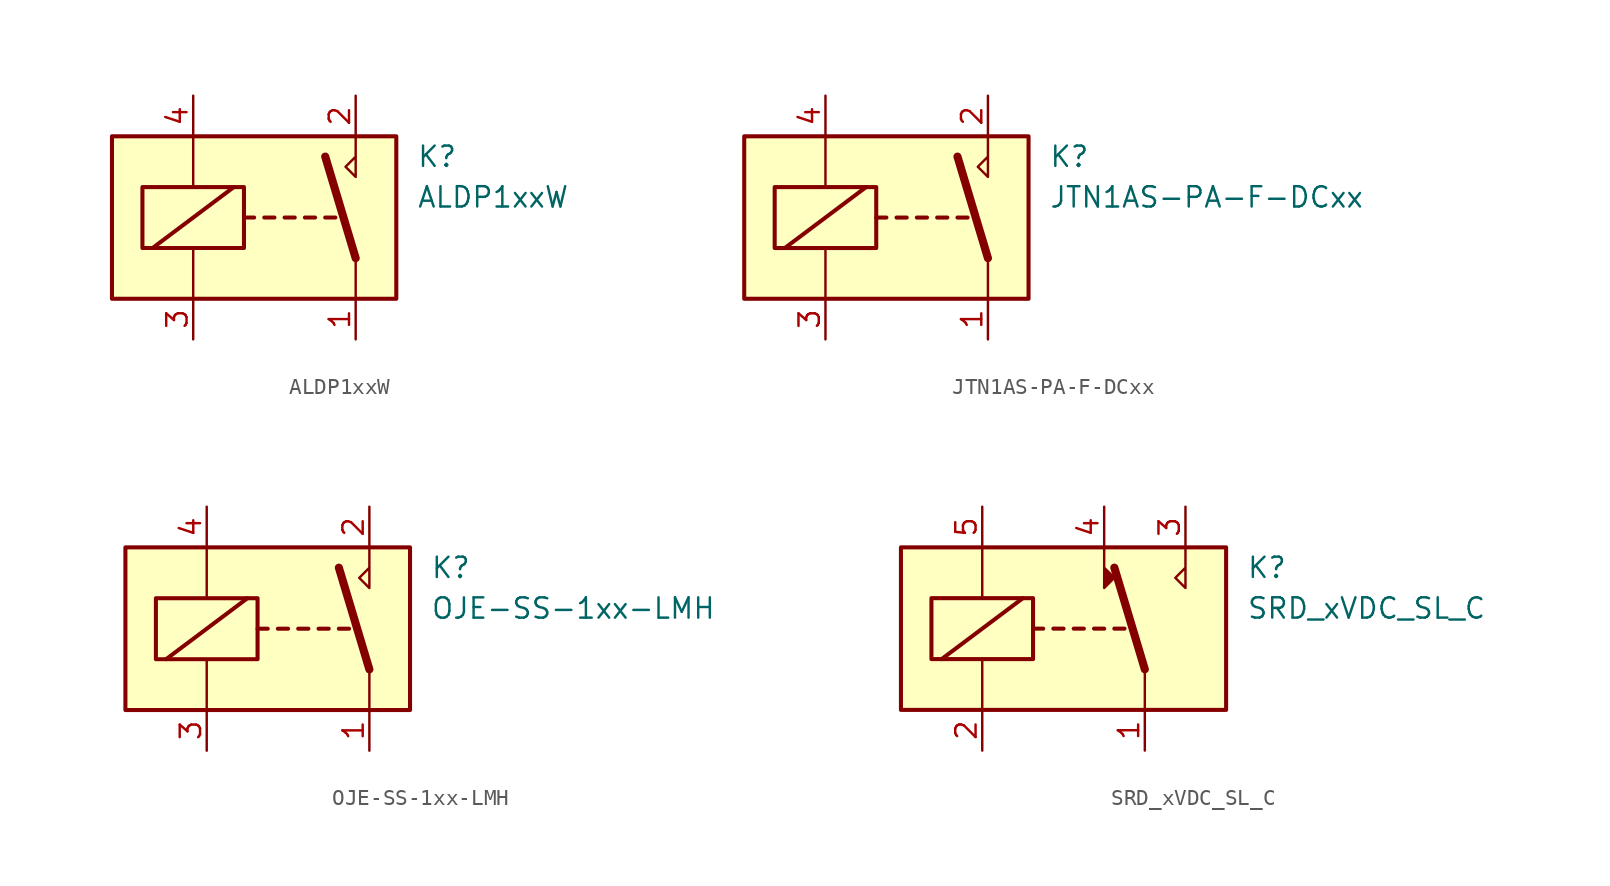
<source format=kicad_sym>
(kicad_symbol_lib
  (version 20211014)
  (generator kicad_symbol_editor)
  (symbol "ALDP1xxW"
    (property "Reference" "K"
      (at 8.89 3.81 0)
      (effects (font (size 1.27 1.27)) (justify left)))
    (property "Value" "ALDP1xxW"
      (at 8.89 1.27 0)
      (effects (font (size 1.27 1.27)) (justify left)))
    (symbol "ALDP1xxW_0_0"
      (polyline (pts (xy 5.08 5.08) (xy 5.08 2.54) (xy 4.445 3.175) (xy 5.08 3.81)) (stroke (width 0) (type default) (color 0 0 0 0)) (fill (type none))))
    (symbol "ALDP1xxW_0_1"
      (rectangle (start -10.16 5.08) (end 7.62 -5.08) (stroke (width 0.254) (type default) (color 0 0 0 0)) (fill (type background)))
      (rectangle (start -8.255 1.905) (end -1.905 -1.905) (stroke (width 0.254) (type default) (color 0 0 0 0)) (fill (type none)))
      (polyline (pts (xy -7.62 -1.905) (xy -2.54 1.905)) (stroke (width 0.254) (type default) (color 0 0 0 0)) (fill (type none)))
      (polyline (pts (xy -5.08 -5.08) (xy -5.08 -1.905)) (stroke (width 0) (type default) (color 0 0 0 0)) (fill (type none)))
      (polyline (pts (xy -5.08 5.08) (xy -5.08 1.905)) (stroke (width 0) (type default) (color 0 0 0 0)) (fill (type none)))
      (polyline (pts (xy -1.905 0) (xy -1.27 0)) (stroke (width 0.254) (type default) (color 0 0 0 0)) (fill (type none)))
      (polyline (pts (xy -0.635 0) (xy 0 0)) (stroke (width 0.254) (type default) (color 0 0 0 0)) (fill (type none)))
      (polyline (pts (xy 0.635 0) (xy 1.27 0)) (stroke (width 0.254) (type default) (color 0 0 0 0)) (fill (type none)))
      (polyline (pts (xy 1.905 0) (xy 2.54 0)) (stroke (width 0.254) (type default) (color 0 0 0 0)) (fill (type none)))
      (polyline (pts (xy 3.175 0) (xy 3.81 0)) (stroke (width 0.254) (type default) (color 0 0 0 0)) (fill (type none)))
      (polyline (pts (xy 5.08 -2.54) (xy 3.175 3.81)) (stroke (width 0.508) (type default) (color 0 0 0 0)) (fill (type none)))
      (polyline (pts (xy 5.08 -2.54) (xy 5.08 -5.08)) (stroke (width 0) (type default) (color 0 0 0 0)) (fill (type none))))
    (symbol "ALDP1xxW_1_1"
      (pin passive line (at 5.08 -7.62 90) (length 2.54) (name "~" (effects (font (size 1.27 1.27)))) (number "1" (effects (font (size 1.27 1.27)))))
      (pin passive line (at 5.08 7.62 270) (length 2.54) (name "~" (effects (font (size 1.27 1.27)))) (number "2" (effects (font (size 1.27 1.27)))))
      (pin passive line (at -5.08 -7.62 90) (length 2.54) (name "~" (effects (font (size 1.27 1.27)))) (number "3" (effects (font (size 1.27 1.27)))))
      (pin passive line (at -5.08 7.62 270) (length 2.54) (name "~" (effects (font (size 1.27 1.27)))) (number "4" (effects (font (size 1.27 1.27)))))))
  (symbol "JTN1AS-PA-F-DCxx"
    (property "Reference" "K"
      (at 8.89 3.81 0)
      (effects (font (size 1.27 1.27)) (justify left)))
    (property "Value" "JTN1AS-PA-F-DCxx"
      (at 8.89 1.27 0)
      (effects (font (size 1.27 1.27)) (justify left)))
    (symbol "JTN1AS-PA-F-DCxx_0_0"
      (polyline (pts (xy 5.08 5.08) (xy 5.08 2.54) (xy 4.445 3.175) (xy 5.08 3.81)) (stroke (width 0) (type default) (color 0 0 0 0)) (fill (type none))))
    (symbol "JTN1AS-PA-F-DCxx_0_1"
      (rectangle (start -10.16 5.08) (end 7.62 -5.08) (stroke (width 0.254) (type default) (color 0 0 0 0)) (fill (type background)))
      (rectangle (start -8.255 1.905) (end -1.905 -1.905) (stroke (width 0.254) (type default) (color 0 0 0 0)) (fill (type none)))
      (polyline (pts (xy -7.62 -1.905) (xy -2.54 1.905)) (stroke (width 0.254) (type default) (color 0 0 0 0)) (fill (type none)))
      (polyline (pts (xy -5.08 -5.08) (xy -5.08 -1.905)) (stroke (width 0) (type default) (color 0 0 0 0)) (fill (type none)))
      (polyline (pts (xy -5.08 5.08) (xy -5.08 1.905)) (stroke (width 0) (type default) (color 0 0 0 0)) (fill (type none)))
      (polyline (pts (xy -1.905 0) (xy -1.27 0)) (stroke (width 0.254) (type default) (color 0 0 0 0)) (fill (type none)))
      (polyline (pts (xy -0.635 0) (xy 0 0)) (stroke (width 0.254) (type default) (color 0 0 0 0)) (fill (type none)))
      (polyline (pts (xy 0.635 0) (xy 1.27 0)) (stroke (width 0.254) (type default) (color 0 0 0 0)) (fill (type none)))
      (polyline (pts (xy 1.905 0) (xy 2.54 0)) (stroke (width 0.254) (type default) (color 0 0 0 0)) (fill (type none)))
      (polyline (pts (xy 3.175 0) (xy 3.81 0)) (stroke (width 0.254) (type default) (color 0 0 0 0)) (fill (type none)))
      (polyline (pts (xy 5.08 -2.54) (xy 3.175 3.81)) (stroke (width 0.508) (type default) (color 0 0 0 0)) (fill (type none)))
      (polyline (pts (xy 5.08 -2.54) (xy 5.08 -5.08)) (stroke (width 0) (type default) (color 0 0 0 0)) (fill (type none))))
    (symbol "JTN1AS-PA-F-DCxx_1_1"
      (pin passive line (at 5.08 -7.62 90) (length 2.54) (name "~" (effects (font (size 1.27 1.27)))) (number "1" (effects (font (size 1.27 1.27)))))
      (pin passive line (at 5.08 7.62 270) (length 2.54) (name "~" (effects (font (size 1.27 1.27)))) (number "2" (effects (font (size 1.27 1.27)))))
      (pin passive line (at -5.08 -7.62 90) (length 2.54) (name "~" (effects (font (size 1.27 1.27)))) (number "3" (effects (font (size 1.27 1.27)))))
      (pin passive line (at -5.08 7.62 270) (length 2.54) (name "~" (effects (font (size 1.27 1.27)))) (number "4" (effects (font (size 1.27 1.27)))))))
  (symbol "OJE-SS-1xx-LMH"
    (property "Reference" "K"
      (at 8.89 3.81 0)
      (effects (font (size 1.27 1.27)) (justify left)))
    (property "Value" "OJE-SS-1xx-LMH"
      (at 8.89 1.27 0)
      (effects (font (size 1.27 1.27)) (justify left)))
    (symbol "OJE-SS-1xx-LMH_0_0"
      (polyline (pts (xy 5.08 5.08) (xy 5.08 2.54) (xy 4.445 3.175) (xy 5.08 3.81)) (stroke (width 0) (type default) (color 0 0 0 0)) (fill (type none))))
    (symbol "OJE-SS-1xx-LMH_0_1"
      (rectangle (start -10.16 5.08) (end 7.62 -5.08) (stroke (width 0.254) (type default) (color 0 0 0 0)) (fill (type background)))
      (rectangle (start -8.255 1.905) (end -1.905 -1.905) (stroke (width 0.254) (type default) (color 0 0 0 0)) (fill (type none)))
      (polyline (pts (xy -7.62 -1.905) (xy -2.54 1.905)) (stroke (width 0.254) (type default) (color 0 0 0 0)) (fill (type none)))
      (polyline (pts (xy -5.08 -5.08) (xy -5.08 -1.905)) (stroke (width 0) (type default) (color 0 0 0 0)) (fill (type none)))
      (polyline (pts (xy -5.08 5.08) (xy -5.08 1.905)) (stroke (width 0) (type default) (color 0 0 0 0)) (fill (type none)))
      (polyline (pts (xy -1.905 0) (xy -1.27 0)) (stroke (width 0.254) (type default) (color 0 0 0 0)) (fill (type none)))
      (polyline (pts (xy -0.635 0) (xy 0 0)) (stroke (width 0.254) (type default) (color 0 0 0 0)) (fill (type none)))
      (polyline (pts (xy 0.635 0) (xy 1.27 0)) (stroke (width 0.254) (type default) (color 0 0 0 0)) (fill (type none)))
      (polyline (pts (xy 1.905 0) (xy 2.54 0)) (stroke (width 0.254) (type default) (color 0 0 0 0)) (fill (type none)))
      (polyline (pts (xy 3.175 0) (xy 3.81 0)) (stroke (width 0.254) (type default) (color 0 0 0 0)) (fill (type none)))
      (polyline (pts (xy 5.08 -2.54) (xy 3.175 3.81)) (stroke (width 0.508) (type default) (color 0 0 0 0)) (fill (type none)))
      (polyline (pts (xy 5.08 -2.54) (xy 5.08 -5.08)) (stroke (width 0) (type default) (color 0 0 0 0)) (fill (type none))))
    (symbol "OJE-SS-1xx-LMH_1_1"
      (pin passive line (at 5.08 -7.62 90) (length 2.54) (name "~" (effects (font (size 1.27 1.27)))) (number "1" (effects (font (size 1.27 1.27)))))
      (pin passive line (at 5.08 7.62 270) (length 2.54) (name "~" (effects (font (size 1.27 1.27)))) (number "2" (effects (font (size 1.27 1.27)))))
      (pin passive line (at -5.08 -7.62 90) (length 2.54) (name "~" (effects (font (size 1.27 1.27)))) (number "3" (effects (font (size 1.27 1.27)))))
      (pin passive line (at -5.08 7.62 270) (length 2.54) (name "~" (effects (font (size 1.27 1.27)))) (number "4" (effects (font (size 1.27 1.27)))))))
  (symbol "SRD_xVDC_SL_C"
    (property "Reference" "K"
      (at 11.43 3.81 0)
      (effects (font (size 1.27 1.27)) (justify left)))
    (property "Value" "SRD_xVDC_SL_C"
      (at 11.43 1.27 0)
      (effects (font (size 1.27 1.27)) (justify left)))
    (symbol "SRD_xVDC_SL_C_0_0"
      (polyline (pts (xy 7.62 5.08) (xy 7.62 2.54) (xy 6.985 3.175) (xy 7.62 3.81)) (stroke (width 0) (type default) (color 0 0 0 0)) (fill (type none))))
    (symbol "SRD_xVDC_SL_C_0_1"
      (rectangle (start -10.16 5.08) (end 10.16 -5.08) (stroke (width 0.254) (type default) (color 0 0 0 0)) (fill (type background)))
      (rectangle (start -8.255 1.905) (end -1.905 -1.905) (stroke (width 0.254) (type default) (color 0 0 0 0)) (fill (type none)))
      (polyline (pts (xy -7.62 -1.905) (xy -2.54 1.905)) (stroke (width 0.254) (type default) (color 0 0 0 0)) (fill (type none)))
      (polyline (pts (xy -5.08 -5.08) (xy -5.08 -1.905)) (stroke (width 0) (type default) (color 0 0 0 0)) (fill (type none)))
      (polyline (pts (xy -5.08 5.08) (xy -5.08 1.905)) (stroke (width 0) (type default) (color 0 0 0 0)) (fill (type none)))
      (polyline (pts (xy -1.905 0) (xy -1.27 0)) (stroke (width 0.254) (type default) (color 0 0 0 0)) (fill (type none)))
      (polyline (pts (xy -0.635 0) (xy 0 0)) (stroke (width 0.254) (type default) (color 0 0 0 0)) (fill (type none)))
      (polyline (pts (xy 0.635 0) (xy 1.27 0)) (stroke (width 0.254) (type default) (color 0 0 0 0)) (fill (type none)))
      (polyline (pts (xy 1.905 0) (xy 2.54 0)) (stroke (width 0.254) (type default) (color 0 0 0 0)) (fill (type none)))
      (polyline (pts (xy 3.175 0) (xy 3.81 0)) (stroke (width 0.254) (type default) (color 0 0 0 0)) (fill (type none)))
      (polyline (pts (xy 5.08 -2.54) (xy 3.175 3.81)) (stroke (width 0.508) (type default) (color 0 0 0 0)) (fill (type none)))
      (polyline (pts (xy 5.08 -2.54) (xy 5.08 -5.08)) (stroke (width 0) (type default) (color 0 0 0 0)) (fill (type none))))
    (symbol "SRD_xVDC_SL_C_1_1"
      (polyline (pts (xy 2.54 3.81) (xy 3.175 3.175) (xy 2.54 2.54) (xy 2.54 5.08)) (stroke (width 0) (type default) (color 0 0 0 0)) (fill (type outline)))
      (pin passive line (at 5.08 -7.62 90) (length 2.54) (name "~" (effects (font (size 1.27 1.27)))) (number "1" (effects (font (size 1.27 1.27)))))
      (pin passive line (at -5.08 -7.62 90) (length 2.54) (name "~" (effects (font (size 1.27 1.27)))) (number "2" (effects (font (size 1.27 1.27)))))
      (pin passive line (at 7.62 7.62 270) (length 2.54) (name "~" (effects (font (size 1.27 1.27)))) (number "3" (effects (font (size 1.27 1.27)))))
      (pin passive line (at 2.54 7.62 270) (length 2.54) (name "~" (effects (font (size 1.27 1.27)))) (number "4" (effects (font (size 1.27 1.27)))))
      (pin passive line (at -5.08 7.62 270) (length 2.54) (name "~" (effects (font (size 1.27 1.27)))) (number "5" (effects (font (size 1.27 1.27))))))))
</source>
